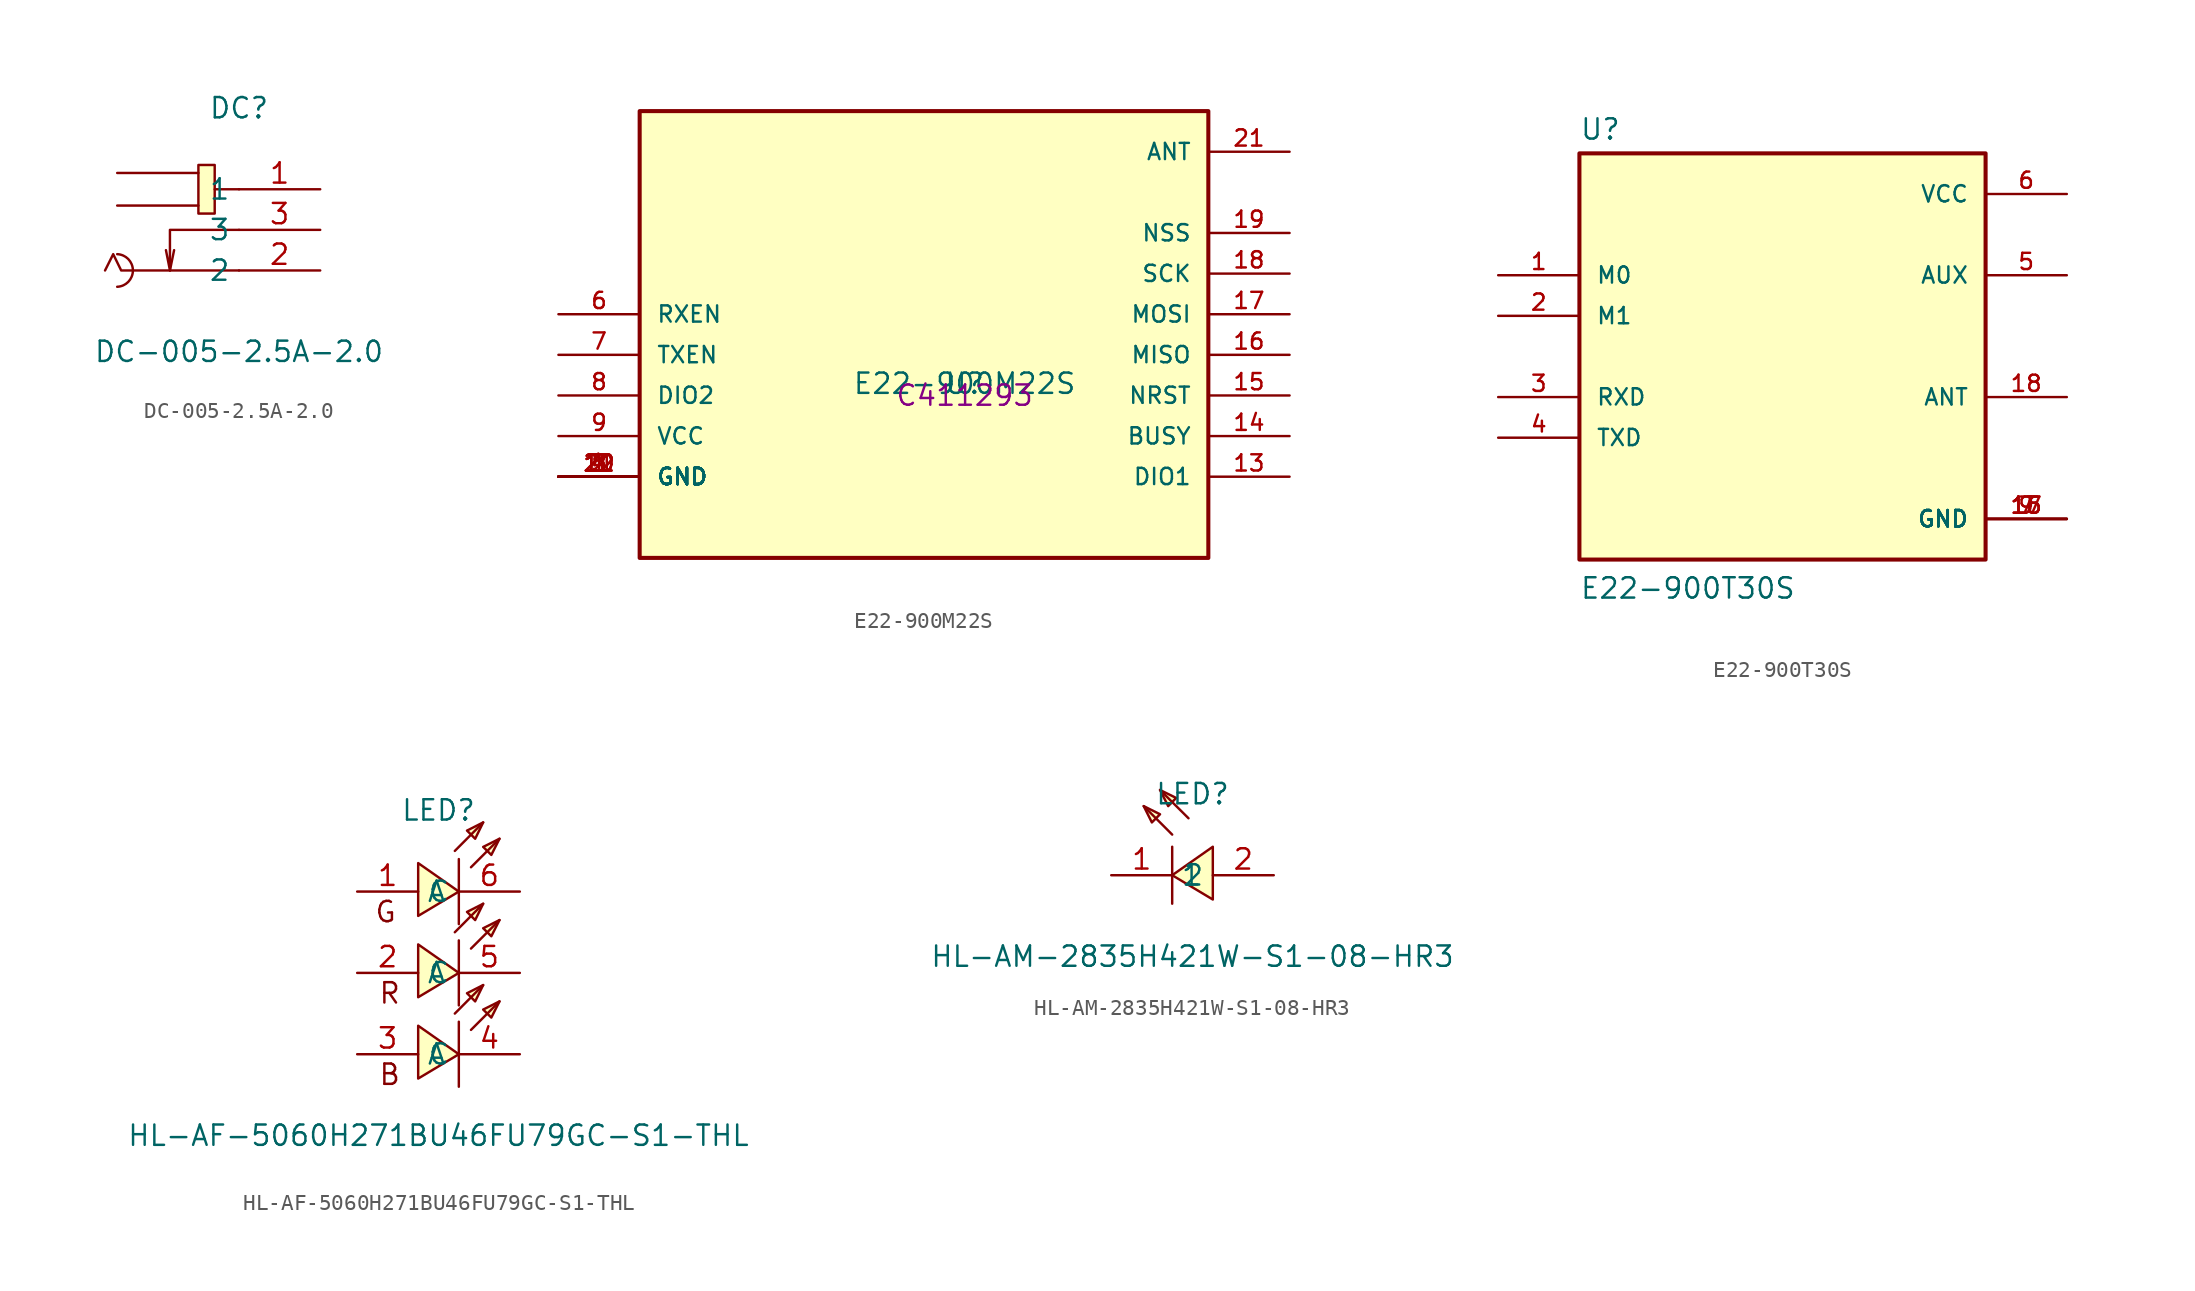
<source format=kicad_sym>
(kicad_symbol_lib
  (version 20231120)
  (generator "kicad_symbol_editor")
  (generator_version "8.0")
  (symbol "DC-005-2.5A-2.0"
    (property "Reference" "DC"
      (at 0 7.62 0)
      (effects (font (size 1.27 1.27))))
    (property "Value" "DC-005-2.5A-2.0"
      (at 0 -7.62 0)
      (effects (font (size 1.27 1.27))))
    (symbol "DC-005-2.5A-2.0_0_1"
      (arc (start -7.62 -3.56) (mid -6.6379 -2.54) (end -7.62 -1.52) (stroke (width 0) (type default)) (fill (type none)))
      (rectangle (start -2.54 4.06) (end -1.52 1.02) (stroke (width 0) (type default)) (fill (type background)))
      (polyline (pts (xy -4.32 -2.54) (xy -4.06 -1.27)) (stroke (width 0) (type default)) (fill (type none)))
      (polyline (pts (xy -2.54 1.52) (xy -7.62 1.52)) (stroke (width 0) (type default)) (fill (type none)))
      (polyline (pts (xy -2.54 3.56) (xy -7.62 3.56)) (stroke (width 0) (type default)) (fill (type none)))
      (polyline (pts (xy 0 2.54) (xy -1.52 2.54)) (stroke (width 0) (type default)) (fill (type none)))
      (polyline (pts (xy 0 -2.54) (xy -7.37 -2.54) (xy -7.87 -1.52) (xy -8.38 -2.54)) (stroke (width 0) (type default)) (fill (type none)))
      (polyline (pts (xy 0 0) (xy -4.32 0) (xy -4.32 -2.54) (xy -4.57 -1.27)) (stroke (width 0) (type default)) (fill (type none))))
    (symbol "DC-005-2.5A-2.0_1_1"
      (pin power_out line (at 5.08 2.54 180) (length 5.08) (name "1" (effects (font (size 1.27 1.27)))) (number "1" (effects (font (size 1.27 1.27)))))
      (pin power_out line (at 5.08 -2.54 180) (length 5.08) (name "2" (effects (font (size 1.27 1.27)))) (number "2" (effects (font (size 1.27 1.27)))))
      (pin passive line (at 5.08 0 180) (length 5.08) (name "3" (effects (font (size 1.27 1.27)))) (number "3" (effects (font (size 1.27 1.27)))))))
  (symbol "E22-900M22S"
    (pin_names
      (offset 1.016))
    (property "Reference" "U"
      (at 0 0 0)
      (effects (font (size 1.27 1.27)) (justify bottom)))
    (property "Value" "E22-900M22S"
      (at 0 0 0)
      (effects (font (size 1.27 1.27)) (justify bottom)))
    (property "LCSC" "C411293"
      (at 0 0 0)
      (effects (font (size 1.27 1.27))))
    (symbol "E22-900M22S_0_0"
      (rectangle (start -20.32 -10.16) (end 15.24 17.78) (stroke (width 0.254) (type default)) (fill (type background)))
      (pin power_in line (at -25.4 -5.08 0) (length 5.08) (name "GND" (effects (font (size 1.016 1.016)))) (number "1" (effects (font (size 1.016 1.016)))))
      (pin power_in line (at -25.4 -5.08 0) (length 5.08) (name "GND" (effects (font (size 1.016 1.016)))) (number "10" (effects (font (size 1.016 1.016)))))
      (pin power_in line (at -25.4 -5.08 0) (length 5.08) (name "GND" (effects (font (size 1.016 1.016)))) (number "11" (effects (font (size 1.016 1.016)))))
      (pin power_in line (at -25.4 -5.08 0) (length 5.08) (name "GND" (effects (font (size 1.016 1.016)))) (number "12" (effects (font (size 1.016 1.016)))))
      (pin output line (at 20.32 -5.08 180) (length 5.08) (name "DIO1" (effects (font (size 1.016 1.016)))) (number "13" (effects (font (size 1.016 1.016)))))
      (pin output line (at 20.32 -2.54 180) (length 5.08) (name "BUSY" (effects (font (size 1.016 1.016)))) (number "14" (effects (font (size 1.016 1.016)))))
      (pin input line (at 20.32 0 180) (length 5.08) (name "NRST" (effects (font (size 1.016 1.016)))) (number "15" (effects (font (size 1.016 1.016)))))
      (pin bidirectional line (at 20.32 2.54 180) (length 5.08) (name "MISO" (effects (font (size 1.016 1.016)))) (number "16" (effects (font (size 1.016 1.016)))))
      (pin input line (at 20.32 5.08 180) (length 5.08) (name "MOSI" (effects (font (size 1.016 1.016)))) (number "17" (effects (font (size 1.016 1.016)))))
      (pin input line (at 20.32 7.62 180) (length 5.08) (name "SCK" (effects (font (size 1.016 1.016)))) (number "18" (effects (font (size 1.016 1.016)))))
      (pin input line (at 20.32 10.16 180) (length 5.08) (name "NSS" (effects (font (size 1.016 1.016)))) (number "19" (effects (font (size 1.016 1.016)))))
      (pin power_in line (at -25.4 -5.08 0) (length 5.08) (name "GND" (effects (font (size 1.016 1.016)))) (number "2" (effects (font (size 1.016 1.016)))))
      (pin power_in line (at -25.4 -5.08 0) (length 5.08) (name "GND" (effects (font (size 1.016 1.016)))) (number "20" (effects (font (size 1.016 1.016)))))
      (pin bidirectional line (at 20.32 15.24 180) (length 5.08) (name "ANT" (effects (font (size 1.016 1.016)))) (number "21" (effects (font (size 1.016 1.016)))))
      (pin power_in line (at -25.4 -5.08 0) (length 5.08) (name "GND" (effects (font (size 1.016 1.016)))) (number "22" (effects (font (size 1.016 1.016)))))
      (pin power_in line (at -25.4 -5.08 0) (length 5.08) (name "GND" (effects (font (size 1.016 1.016)))) (number "3" (effects (font (size 1.016 1.016)))))
      (pin power_in line (at -25.4 -5.08 0) (length 5.08) (name "GND" (effects (font (size 1.016 1.016)))) (number "4" (effects (font (size 1.016 1.016)))))
      (pin power_in line (at -25.4 -5.08 0) (length 5.08) (name "GND" (effects (font (size 1.016 1.016)))) (number "5" (effects (font (size 1.016 1.016)))))
      (pin input line (at -25.4 5.08 0) (length 5.08) (name "RXEN" (effects (font (size 1.016 1.016)))) (number "6" (effects (font (size 1.016 1.016)))))
      (pin input line (at -25.4 2.54 0) (length 5.08) (name "TXEN" (effects (font (size 1.016 1.016)))) (number "7" (effects (font (size 1.016 1.016)))))
      (pin output line (at -25.4 0 0) (length 5.08) (name "DIO2" (effects (font (size 1.016 1.016)))) (number "8" (effects (font (size 1.016 1.016)))))
      (pin power_in line (at -25.4 -2.54 0) (length 5.08) (name "VCC" (effects (font (size 1.016 1.016)))) (number "9" (effects (font (size 1.016 1.016)))))))
  (symbol "E22-900T30S"
    (pin_names
      (offset 1.016))
    (property "Reference" "U"
      (at -12.7 13.462 0)
      (effects (font (size 1.27 1.27)) (justify left bottom)))
    (property "Value" "E22-900T30S"
      (at -12.7 -15.24 0)
      (effects (font (size 1.27 1.27)) (justify left bottom)))
    (symbol "E22-900T30S_0_0"
      (rectangle (start -12.7 12.7) (end 12.7 -12.7) (stroke (width 0.254) (type default)) (fill (type background)))
      (pin input line (at -17.78 5.08 0) (length 5.08) (name "M0" (effects (font (size 1.016 1.016)))) (number "1" (effects (font (size 1.016 1.016)))))
      (pin power_in line (at 17.78 -10.16 180) (length 5.08) (name "GND" (effects (font (size 1.016 1.016)))) (number "15" (effects (font (size 1.016 1.016)))))
      (pin power_in line (at 17.78 -10.16 180) (length 5.08) (name "GND" (effects (font (size 1.016 1.016)))) (number "16" (effects (font (size 1.016 1.016)))))
      (pin power_in line (at 17.78 -10.16 180) (length 5.08) (name "GND" (effects (font (size 1.016 1.016)))) (number "17" (effects (font (size 1.016 1.016)))))
      (pin output line (at 17.78 -2.54 180) (length 5.08) (name "ANT" (effects (font (size 1.016 1.016)))) (number "18" (effects (font (size 1.016 1.016)))))
      (pin input line (at -17.78 2.54 0) (length 5.08) (name "M1" (effects (font (size 1.016 1.016)))) (number "2" (effects (font (size 1.016 1.016)))))
      (pin input line (at -17.78 -2.54 0) (length 5.08) (name "RXD" (effects (font (size 1.016 1.016)))) (number "3" (effects (font (size 1.016 1.016)))))
      (pin output line (at -17.78 -5.08 0) (length 5.08) (name "TXD" (effects (font (size 1.016 1.016)))) (number "4" (effects (font (size 1.016 1.016)))))
      (pin output line (at 17.78 5.08 180) (length 5.08) (name "AUX" (effects (font (size 1.016 1.016)))) (number "5" (effects (font (size 1.016 1.016)))))
      (pin power_in line (at 17.78 10.16 180) (length 5.08) (name "VCC" (effects (font (size 1.016 1.016)))) (number "6" (effects (font (size 1.016 1.016)))))
      (pin power_in line (at 17.78 -10.16 180) (length 5.08) (name "GND" (effects (font (size 1.016 1.016)))) (number "7" (effects (font (size 1.016 1.016)))))
      (pin power_in line (at 17.78 -10.16 180) (length 5.08) (name "GND" (effects (font (size 1.016 1.016)))) (number "9" (effects (font (size 1.016 1.016)))))))
  (symbol "HL-AF-5060H271BU46FU79GC-S1-THL"
    (property "Reference" "LED"
      (at 0 10.16 0)
      (effects (font (size 1.27 1.27))))
    (property "Value" "HL-AF-5060H271BU46FU79GC-S1-THL"
      (at 0 -10.16 0)
      (effects (font (size 1.27 1.27))))
    (symbol "HL-AF-5060H271BU46FU79GC-S1-THL_0_1"
      (polyline (pts (xy 1.02 -2.54) (xy 2.79 -0.76)) (stroke (width 0) (type default)) (fill (type none)))
      (polyline (pts (xy 1.02 2.54) (xy 2.79 4.32)) (stroke (width 0) (type default)) (fill (type none)))
      (polyline (pts (xy 1.02 7.62) (xy 2.79 9.4)) (stroke (width 0) (type default)) (fill (type none)))
      (polyline (pts (xy 1.27 -3.05) (xy 1.27 -7.11)) (stroke (width 0) (type default)) (fill (type none)))
      (polyline (pts (xy 1.27 2.03) (xy 1.27 -2.03)) (stroke (width 0) (type default)) (fill (type none)))
      (polyline (pts (xy 1.27 7.11) (xy 1.27 3.05)) (stroke (width 0) (type default)) (fill (type none)))
      (polyline (pts (xy 2.03 -3.56) (xy 3.81 -1.78)) (stroke (width 0) (type default)) (fill (type none)))
      (polyline (pts (xy 2.03 1.52) (xy 3.81 3.3)) (stroke (width 0) (type default)) (fill (type none)))
      (polyline (pts (xy 2.03 6.6) (xy 3.81 8.38)) (stroke (width 0) (type default)) (fill (type none)))
      (polyline (pts (xy -1.27 -6.6) (xy 1.27 -5.08) (xy -1.27 -3.3) (xy -1.27 -6.6)) (stroke (width 0) (type default)) (fill (type background)))
      (polyline (pts (xy -1.27 -1.52) (xy 1.27 0) (xy -1.27 1.78) (xy -1.27 -1.52)) (stroke (width 0) (type default)) (fill (type background)))
      (polyline (pts (xy -1.27 3.56) (xy 1.27 5.08) (xy -1.27 6.86) (xy -1.27 3.56)) (stroke (width 0) (type default)) (fill (type background)))
      (polyline (pts (xy 2.79 -0.76) (xy 1.78 -1.27) (xy 2.29 -1.78) (xy 2.79 -0.76)) (stroke (width 0) (type default)) (fill (type background)))
      (polyline (pts (xy 2.79 4.32) (xy 1.78 3.81) (xy 2.29 3.3) (xy 2.79 4.32)) (stroke (width 0) (type default)) (fill (type background)))
      (polyline (pts (xy 2.79 9.4) (xy 1.78 8.89) (xy 2.29 8.38) (xy 2.79 9.4)) (stroke (width 0) (type default)) (fill (type background)))
      (polyline (pts (xy 3.81 -1.78) (xy 2.79 -2.29) (xy 3.3 -2.79) (xy 3.81 -1.78)) (stroke (width 0) (type default)) (fill (type background)))
      (polyline (pts (xy 3.81 3.3) (xy 2.79 2.79) (xy 3.3 2.29) (xy 3.81 3.3)) (stroke (width 0) (type default)) (fill (type background)))
      (polyline (pts (xy 3.81 8.38) (xy 2.79 7.87) (xy 3.3 7.37) (xy 3.81 8.38)) (stroke (width 0) (type default)) (fill (type background)))
      (pin passive line (at -5.08 0 0) (length 3.81) (name "A" (effects (font (size 1.27 1.27)))) (number "2" (effects (font (size 1.27 1.27)))))
      (pin passive line (at -5.08 -5.08 0) (length 3.81) (name "A" (effects (font (size 1.27 1.27)))) (number "3" (effects (font (size 1.27 1.27)))))
      (pin passive line (at 5.08 -5.08 180) (length 3.81) (name "C" (effects (font (size 1.27 1.27)))) (number "4" (effects (font (size 1.27 1.27)))))
      (pin passive line (at 5.08 0 180) (length 3.81) (name "C" (effects (font (size 1.27 1.27)))) (number "5" (effects (font (size 1.27 1.27))))))
    (symbol "HL-AF-5060H271BU46FU79GC-S1-THL_1_1"
      (text "B" (at -3.048 -6.35 0) (effects (font (size 1.27 1.27))))
      (text "G" (at -3.302 3.81 0) (effects (font (size 1.27 1.27))))
      (text "R" (at -3.048 -1.27 0) (effects (font (size 1.27 1.27))))
      (pin passive line (at -5.08 5.08 0) (length 3.81) (name "A" (effects (font (size 1.27 1.27)))) (number "1" (effects (font (size 1.27 1.27)))))
      (pin passive line (at 5.08 5.08 180) (length 3.81) (name "C" (effects (font (size 1.27 1.27)))) (number "6" (effects (font (size 1.27 1.27)))))))
  (symbol "HL-AM-2835H421W-S1-08-HR3"
    (property "Reference" "LED"
      (at 0 5.08 0)
      (effects (font (size 1.27 1.27))))
    (property "Value" "HL-AM-2835H421W-S1-08-HR3"
      (at 0 -5.08 0)
      (effects (font (size 1.27 1.27))))
    (symbol "HL-AM-2835H421W-S1-08-HR3_0_1"
      (polyline (pts (xy -1.27 -1.78) (xy -1.27 1.78)) (stroke (width 0) (type default)) (fill (type none)))
      (polyline (pts (xy -1.27 2.54) (xy -3.05 4.32)) (stroke (width 0) (type default)) (fill (type none)))
      (polyline (pts (xy -0.25 3.56) (xy -2.03 5.33)) (stroke (width 0) (type default)) (fill (type none)))
      (polyline (pts (xy -3.05 4.32) (xy -2.03 3.81) (xy -2.54 3.3) (xy -3.05 4.32)) (stroke (width 0) (type default)) (fill (type background)))
      (polyline (pts (xy -2.03 5.33) (xy -1.02 4.83) (xy -1.52 4.32) (xy -2.03 5.33)) (stroke (width 0) (type default)) (fill (type background)))
      (polyline (pts (xy 1.27 -1.52) (xy -1.27 0) (xy 1.27 1.78) (xy 1.27 -1.52)) (stroke (width 0) (type default)) (fill (type background))))
    (symbol "HL-AM-2835H421W-S1-08-HR3_1_1"
      (pin passive line (at -5.08 0 0) (length 3.81) (name "1" (effects (font (size 1.27 1.27)))) (number "1" (effects (font (size 1.27 1.27)))))
      (pin passive line (at 5.08 0 180) (length 3.81) (name "2" (effects (font (size 1.27 1.27)))) (number "2" (effects (font (size 1.27 1.27))))))))
</source>
